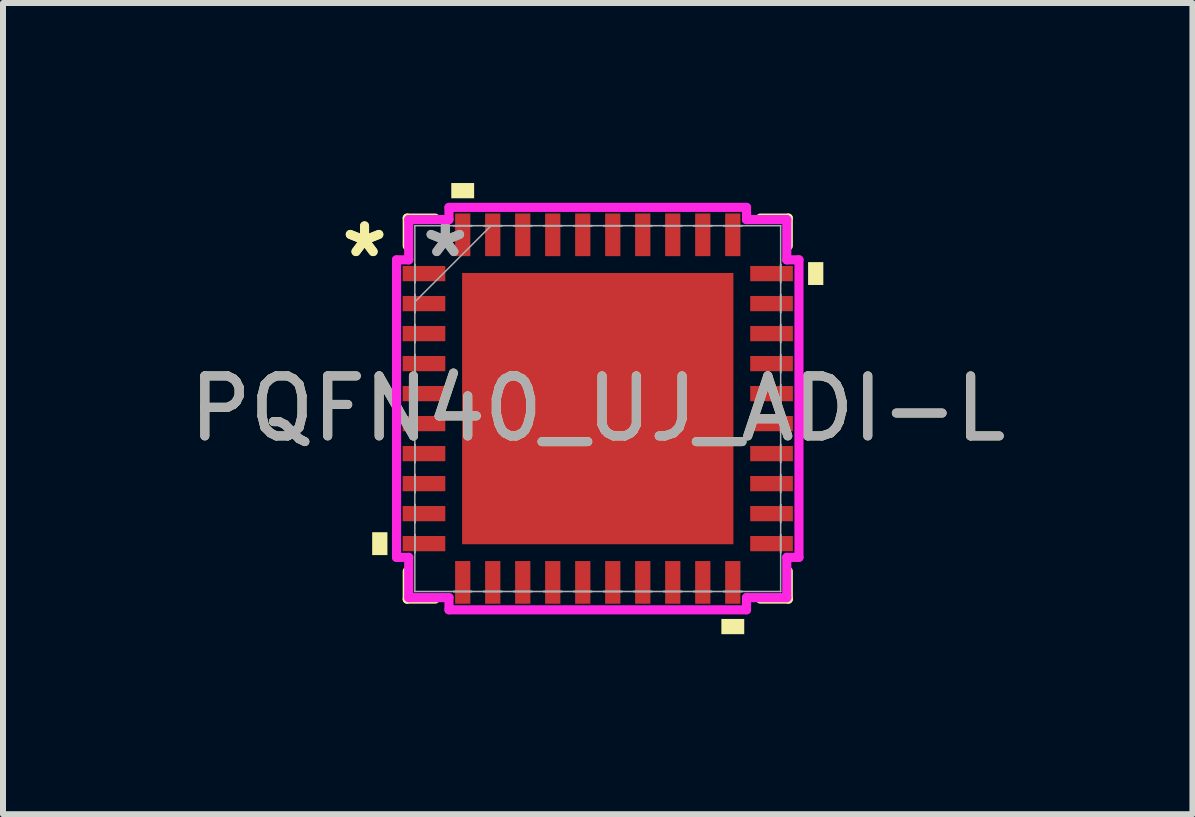
<source format=kicad_pcb>
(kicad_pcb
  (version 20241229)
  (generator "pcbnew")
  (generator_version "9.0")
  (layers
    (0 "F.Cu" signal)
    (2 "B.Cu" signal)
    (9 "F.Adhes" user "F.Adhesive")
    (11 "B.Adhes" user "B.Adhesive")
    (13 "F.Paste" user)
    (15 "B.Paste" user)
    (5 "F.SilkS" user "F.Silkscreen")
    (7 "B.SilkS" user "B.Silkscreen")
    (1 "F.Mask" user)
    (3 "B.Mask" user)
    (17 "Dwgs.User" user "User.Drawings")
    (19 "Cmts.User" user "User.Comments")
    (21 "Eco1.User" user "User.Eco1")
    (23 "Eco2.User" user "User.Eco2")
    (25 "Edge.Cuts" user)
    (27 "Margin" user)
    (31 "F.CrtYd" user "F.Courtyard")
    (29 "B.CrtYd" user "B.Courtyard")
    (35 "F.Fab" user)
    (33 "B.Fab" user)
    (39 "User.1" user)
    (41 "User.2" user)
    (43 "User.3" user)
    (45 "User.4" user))
  (footprint "PQFN40_UJ_ADI-L"
    (layer "F.Cu")
    (at 6.911 3.759)
    (property "Reference" "PQFN40_UJ_ADI-L" (at 0 0 0) (unlocked yes) (layer "F.SilkS") (effects (font (size 1 1) (thickness 0.15))))
    (attr smd)
    (fp_line (start -3.175 -3.175) (end -3.175 -2.71) (stroke (width 0.152) (type solid)) (layer "F.SilkS"))
    (fp_line (start -3.175 2.71) (end -3.175 3.175) (stroke (width 0.152) (type solid)) (layer "F.SilkS"))
    (fp_line (start -3.175 3.175) (end -2.71 3.175) (stroke (width 0.152) (type solid)) (layer "F.SilkS"))
    (fp_line (start -2.71 -3.175) (end -3.175 -3.175) (stroke (width 0.152) (type solid)) (layer "F.SilkS"))
    (fp_line (start 2.71 3.175) (end 3.175 3.175) (stroke (width 0.152) (type solid)) (layer "F.SilkS"))
    (fp_line (start 3.175 -3.175) (end 2.71 -3.175) (stroke (width 0.152) (type solid)) (layer "F.SilkS"))
    (fp_line (start 3.175 -2.71) (end 3.175 -3.175) (stroke (width 0.152) (type solid)) (layer "F.SilkS"))
    (fp_line (start 3.175 3.175) (end 3.175 2.71) (stroke (width 0.152) (type solid)) (layer "F.SilkS"))
    (fp_poly (pts (xy -3.759 2.06) (xy -3.759 2.441) (xy -3.505 2.441) (xy -3.505 2.06)) (stroke (width 0) (type solid)) (fill yes) (layer "F.SilkS"))
    (fp_poly (pts (xy -2.441 -3.505) (xy -2.441 -3.759) (xy -2.06 -3.759) (xy -2.06 -3.505)) (stroke (width 0) (type solid)) (fill yes) (layer "F.SilkS"))
    (fp_poly (pts (xy 2.06 3.505) (xy 2.06 3.759) (xy 2.441 3.759) (xy 2.441 3.505)) (stroke (width 0) (type solid)) (fill yes) (layer "F.SilkS"))
    (fp_poly (pts (xy 3.759 -2.441) (xy 3.759 -2.06) (xy 3.505 -2.06) (xy 3.505 -2.441)) (stroke (width 0) (type solid)) (fill yes) (layer "F.SilkS"))
    (fp_poly (pts (xy -2.161 -2.161) (xy -2.161 -0.854) (xy -0.854 -0.854) (xy -0.854 -2.161)) (stroke (width 0) (type solid)) (fill yes) (layer "F.Paste"))
    (fp_poly (pts (xy -2.161 -0.654) (xy -2.161 0.654) (xy -0.854 0.654) (xy -0.854 -0.654)) (stroke (width 0) (type solid)) (fill yes) (layer "F.Paste"))
    (fp_poly (pts (xy -2.161 0.854) (xy -2.161 2.161) (xy -0.854 2.161) (xy -0.854 0.854)) (stroke (width 0) (type solid)) (fill yes) (layer "F.Paste"))
    (fp_poly (pts (xy -0.654 -2.161) (xy -0.654 -0.854) (xy 0.654 -0.854) (xy 0.654 -2.161)) (stroke (width 0) (type solid)) (fill yes) (layer "F.Paste"))
    (fp_poly (pts (xy -0.654 -0.654) (xy -0.654 0.654) (xy 0.654 0.654) (xy 0.654 -0.654)) (stroke (width 0) (type solid)) (fill yes) (layer "F.Paste"))
    (fp_poly (pts (xy -0.654 0.854) (xy -0.654 2.161) (xy 0.654 2.161) (xy 0.654 0.854)) (stroke (width 0) (type solid)) (fill yes) (layer "F.Paste"))
    (fp_poly (pts (xy 0.854 -2.161) (xy 0.854 -0.854) (xy 2.161 -0.854) (xy 2.161 -2.161)) (stroke (width 0) (type solid)) (fill yes) (layer "F.Paste"))
    (fp_poly (pts (xy 0.854 -0.654) (xy 0.854 0.654) (xy 2.161 0.654) (xy 2.161 -0.654)) (stroke (width 0) (type solid)) (fill yes) (layer "F.Paste"))
    (fp_poly (pts (xy 0.854 0.854) (xy 0.854 2.161) (xy 2.161 2.161) (xy 2.161 0.854)) (stroke (width 0) (type solid)) (fill yes) (layer "F.Paste"))
    (fp_line (start -3.353 -2.479) (end -3.15 -2.479) (stroke (width 0.152) (type solid)) (layer "F.CrtYd"))
    (fp_line (start -3.353 2.479) (end -3.353 -2.479) (stroke (width 0.152) (type solid)) (layer "F.CrtYd"))
    (fp_line (start -3.15 -3.15) (end -2.479 -3.15) (stroke (width 0.152) (type solid)) (layer "F.CrtYd"))
    (fp_line (start -3.15 -2.479) (end -3.15 -3.15) (stroke (width 0.152) (type solid)) (layer "F.CrtYd"))
    (fp_line (start -3.15 2.479) (end -3.353 2.479) (stroke (width 0.152) (type solid)) (layer "F.CrtYd"))
    (fp_line (start -3.15 3.15) (end -3.15 2.479) (stroke (width 0.152) (type solid)) (layer "F.CrtYd"))
    (fp_line (start -2.479 -3.353) (end 2.479 -3.353) (stroke (width 0.152) (type solid)) (layer "F.CrtYd"))
    (fp_line (start -2.479 -3.15) (end -2.479 -3.353) (stroke (width 0.152) (type solid)) (layer "F.CrtYd"))
    (fp_line (start -2.479 3.15) (end -3.15 3.15) (stroke (width 0.152) (type solid)) (layer "F.CrtYd"))
    (fp_line (start -2.479 3.353) (end -2.479 3.15) (stroke (width 0.152) (type solid)) (layer "F.CrtYd"))
    (fp_line (start 2.479 -3.353) (end 2.479 -3.15) (stroke (width 0.152) (type solid)) (layer "F.CrtYd"))
    (fp_line (start 2.479 -3.15) (end 3.15 -3.15) (stroke (width 0.152) (type solid)) (layer "F.CrtYd"))
    (fp_line (start 2.479 3.15) (end 2.479 3.353) (stroke (width 0.152) (type solid)) (layer "F.CrtYd"))
    (fp_line (start 2.479 3.353) (end -2.479 3.353) (stroke (width 0.152) (type solid)) (layer "F.CrtYd"))
    (fp_line (start 3.15 -3.15) (end 3.15 -2.479) (stroke (width 0.152) (type solid)) (layer "F.CrtYd"))
    (fp_line (start 3.15 -2.479) (end 3.353 -2.479) (stroke (width 0.152) (type solid)) (layer "F.CrtYd"))
    (fp_line (start 3.15 2.479) (end 3.15 3.15) (stroke (width 0.152) (type solid)) (layer "F.CrtYd"))
    (fp_line (start 3.15 3.15) (end 2.479 3.15) (stroke (width 0.152) (type solid)) (layer "F.CrtYd"))
    (fp_line (start 3.353 -2.479) (end 3.353 2.479) (stroke (width 0.152) (type solid)) (layer "F.CrtYd"))
    (fp_line (start 3.353 2.479) (end 3.15 2.479) (stroke (width 0.152) (type solid)) (layer "F.CrtYd"))
    (fp_line (start -3.048 -3.048) (end -3.048 -3.048) (stroke (width 0.025) (type solid)) (layer "F.Fab"))
    (fp_line (start -3.048 -3.048) (end -3.048 3.048) (stroke (width 0.025) (type solid)) (layer "F.Fab"))
    (fp_line (start -3.048 -2.402) (end -3.048 -2.402) (stroke (width 0.025) (type solid)) (layer "F.Fab"))
    (fp_line (start -3.048 -2.402) (end -3.048 -2.098) (stroke (width 0.025) (type solid)) (layer "F.Fab"))
    (fp_line (start -3.048 -2.098) (end -3.048 -2.402) (stroke (width 0.025) (type solid)) (layer "F.Fab"))
    (fp_line (start -3.048 -2.098) (end -3.048 -2.098) (stroke (width 0.025) (type solid)) (layer "F.Fab"))
    (fp_line (start -3.048 -1.902) (end -3.048 -1.902) (stroke (width 0.025) (type solid)) (layer "F.Fab"))
    (fp_line (start -3.048 -1.902) (end -3.048 -1.598) (stroke (width 0.025) (type solid)) (layer "F.Fab"))
    (fp_line (start -3.048 -1.778) (end -1.778 -3.048) (stroke (width 0.025) (type solid)) (layer "F.Fab"))
    (fp_line (start -3.048 -1.598) (end -3.048 -1.902) (stroke (width 0.025) (type solid)) (layer "F.Fab"))
    (fp_line (start -3.048 -1.598) (end -3.048 -1.598) (stroke (width 0.025) (type solid)) (layer "F.Fab"))
    (fp_line (start -3.048 -1.402) (end -3.048 -1.402) (stroke (width 0.025) (type solid)) (layer "F.Fab"))
    (fp_line (start -3.048 -1.402) (end -3.048 -1.098) (stroke (width 0.025) (type solid)) (layer "F.Fab"))
    (fp_line (start -3.048 -1.098) (end -3.048 -1.402) (stroke (width 0.025) (type solid)) (layer "F.Fab"))
    (fp_line (start -3.048 -1.098) (end -3.048 -1.098) (stroke (width 0.025) (type solid)) (layer "F.Fab"))
    (fp_line (start -3.048 -0.902) (end -3.048 -0.902) (stroke (width 0.025) (type solid)) (layer "F.Fab"))
    (fp_line (start -3.048 -0.902) (end -3.048 -0.598) (stroke (width 0.025) (type solid)) (layer "F.Fab"))
    (fp_line (start -3.048 -0.598) (end -3.048 -0.902) (stroke (width 0.025) (type solid)) (layer "F.Fab"))
    (fp_line (start -3.048 -0.598) (end -3.048 -0.598) (stroke (width 0.025) (type solid)) (layer "F.Fab"))
    (fp_line (start -3.048 -0.402) (end -3.048 -0.402) (stroke (width 0.025) (type solid)) (layer "F.Fab"))
    (fp_line (start -3.048 -0.402) (end -3.048 -0.098) (stroke (width 0.025) (type solid)) (layer "F.Fab"))
    (fp_line (start -3.048 -0.098) (end -3.048 -0.402) (stroke (width 0.025) (type solid)) (layer "F.Fab"))
    (fp_line (start -3.048 -0.098) (end -3.048 -0.098) (stroke (width 0.025) (type solid)) (layer "F.Fab"))
    (fp_line (start -3.048 0.098) (end -3.048 0.098) (stroke (width 0.025) (type solid)) (layer "F.Fab"))
    (fp_line (start -3.048 0.098) (end -3.048 0.402) (stroke (width 0.025) (type solid)) (layer "F.Fab"))
    (fp_line (start -3.048 0.402) (end -3.048 0.098) (stroke (width 0.025) (type solid)) (layer "F.Fab"))
    (fp_line (start -3.048 0.402) (end -3.048 0.402) (stroke (width 0.025) (type solid)) (layer "F.Fab"))
    (fp_line (start -3.048 0.598) (end -3.048 0.598) (stroke (width 0.025) (type solid)) (layer "F.Fab"))
    (fp_line (start -3.048 0.598) (end -3.048 0.902) (stroke (width 0.025) (type solid)) (layer "F.Fab"))
    (fp_line (start -3.048 0.902) (end -3.048 0.598) (stroke (width 0.025) (type solid)) (layer "F.Fab"))
    (fp_line (start -3.048 0.902) (end -3.048 0.902) (stroke (width 0.025) (type solid)) (layer "F.Fab"))
    (fp_line (start -3.048 1.098) (end -3.048 1.098) (stroke (width 0.025) (type solid)) (layer "F.Fab"))
    (fp_line (start -3.048 1.098) (end -3.048 1.402) (stroke (width 0.025) (type solid)) (layer "F.Fab"))
    (fp_line (start -3.048 1.402) (end -3.048 1.098) (stroke (width 0.025) (type solid)) (layer "F.Fab"))
    (fp_line (start -3.048 1.402) (end -3.048 1.402) (stroke (width 0.025) (type solid)) (layer "F.Fab"))
    (fp_line (start -3.048 1.598) (end -3.048 1.598) (stroke (width 0.025) (type solid)) (layer "F.Fab"))
    (fp_line (start -3.048 1.598) (end -3.048 1.902) (stroke (width 0.025) (type solid)) (layer "F.Fab"))
    (fp_line (start -3.048 1.902) (end -3.048 1.598) (stroke (width 0.025) (type solid)) (layer "F.Fab"))
    (fp_line (start -3.048 1.902) (end -3.048 1.902) (stroke (width 0.025) (type solid)) (layer "F.Fab"))
    (fp_line (start -3.048 2.098) (end -3.048 2.098) (stroke (width 0.025) (type solid)) (layer "F.Fab"))
    (fp_line (start -3.048 2.098) (end -3.048 2.402) (stroke (width 0.025) (type solid)) (layer "F.Fab"))
    (fp_line (start -3.048 2.402) (end -3.048 2.098) (stroke (width 0.025) (type solid)) (layer "F.Fab"))
    (fp_line (start -3.048 2.402) (end -3.048 2.402) (stroke (width 0.025) (type solid)) (layer "F.Fab"))
    (fp_line (start -3.048 3.048) (end -3.048 3.048) (stroke (width 0.025) (type solid)) (layer "F.Fab"))
    (fp_line (start -3.048 3.048) (end 3.048 3.048) (stroke (width 0.025) (type solid)) (layer "F.Fab"))
    (fp_line (start -2.402 -3.048) (end -2.402 -3.048) (stroke (width 0.025) (type solid)) (layer "F.Fab"))
    (fp_line (start -2.402 -3.048) (end -2.098 -3.048) (stroke (width 0.025) (type solid)) (layer "F.Fab"))
    (fp_line (start -2.402 3.048) (end -2.402 3.048) (stroke (width 0.025) (type solid)) (layer "F.Fab"))
    (fp_line (start -2.402 3.048) (end -2.098 3.048) (stroke (width 0.025) (type solid)) (layer "F.Fab"))
    (fp_line (start -2.098 -3.048) (end -2.402 -3.048) (stroke (width 0.025) (type solid)) (layer "F.Fab"))
    (fp_line (start -2.098 -3.048) (end -2.098 -3.048) (stroke (width 0.025) (type solid)) (layer "F.Fab"))
    (fp_line (start -2.098 3.048) (end -2.402 3.048) (stroke (width 0.025) (type solid)) (layer "F.Fab"))
    (fp_line (start -2.098 3.048) (end -2.098 3.048) (stroke (width 0.025) (type solid)) (layer "F.Fab"))
    (fp_line (start -1.902 -3.048) (end -1.902 -3.048) (stroke (width 0.025) (type solid)) (layer "F.Fab"))
    (fp_line (start -1.902 -3.048) (end -1.598 -3.048) (stroke (width 0.025) (type solid)) (layer "F.Fab"))
    (fp_line (start -1.902 3.048) (end -1.902 3.048) (stroke (width 0.025) (type solid)) (layer "F.Fab"))
    (fp_line (start -1.902 3.048) (end -1.598 3.048) (stroke (width 0.025) (type solid)) (layer "F.Fab"))
    (fp_line (start -1.598 -3.048) (end -1.902 -3.048) (stroke (width 0.025) (type solid)) (layer "F.Fab"))
    (fp_line (start -1.598 -3.048) (end -1.598 -3.048) (stroke (width 0.025) (type solid)) (layer "F.Fab"))
    (fp_line (start -1.598 3.048) (end -1.902 3.048) (stroke (width 0.025) (type solid)) (layer "F.Fab"))
    (fp_line (start -1.598 3.048) (end -1.598 3.048) (stroke (width 0.025) (type solid)) (layer "F.Fab"))
    (fp_line (start -1.402 -3.048) (end -1.402 -3.048) (stroke (width 0.025) (type solid)) (layer "F.Fab"))
    (fp_line (start -1.402 -3.048) (end -1.098 -3.048) (stroke (width 0.025) (type solid)) (layer "F.Fab"))
    (fp_line (start -1.402 3.048) (end -1.402 3.048) (stroke (width 0.025) (type solid)) (layer "F.Fab"))
    (fp_line (start -1.402 3.048) (end -1.098 3.048) (stroke (width 0.025) (type solid)) (layer "F.Fab"))
    (fp_line (start -1.098 -3.048) (end -1.402 -3.048) (stroke (width 0.025) (type solid)) (layer "F.Fab"))
    (fp_line (start -1.098 -3.048) (end -1.098 -3.048) (stroke (width 0.025) (type solid)) (layer "F.Fab"))
    (fp_line (start -1.098 3.048) (end -1.402 3.048) (stroke (width 0.025) (type solid)) (layer "F.Fab"))
    (fp_line (start -1.098 3.048) (end -1.098 3.048) (stroke (width 0.025) (type solid)) (layer "F.Fab"))
    (fp_line (start -0.902 -3.048) (end -0.902 -3.048) (stroke (width 0.025) (type solid)) (layer "F.Fab"))
    (fp_line (start -0.902 -3.048) (end -0.598 -3.048) (stroke (width 0.025) (type solid)) (layer "F.Fab"))
    (fp_line (start -0.902 3.048) (end -0.902 3.048) (stroke (width 0.025) (type solid)) (layer "F.Fab"))
    (fp_line (start -0.902 3.048) (end -0.598 3.048) (stroke (width 0.025) (type solid)) (layer "F.Fab"))
    (fp_line (start -0.598 -3.048) (end -0.902 -3.048) (stroke (width 0.025) (type solid)) (layer "F.Fab"))
    (fp_line (start -0.598 -3.048) (end -0.598 -3.048) (stroke (width 0.025) (type solid)) (layer "F.Fab"))
    (fp_line (start -0.598 3.048) (end -0.902 3.048) (stroke (width 0.025) (type solid)) (layer "F.Fab"))
    (fp_line (start -0.598 3.048) (end -0.598 3.048) (stroke (width 0.025) (type solid)) (layer "F.Fab"))
    (fp_line (start -0.402 -3.048) (end -0.402 -3.048) (stroke (width 0.025) (type solid)) (layer "F.Fab"))
    (fp_line (start -0.402 -3.048) (end -0.098 -3.048) (stroke (width 0.025) (type solid)) (layer "F.Fab"))
    (fp_line (start -0.402 3.048) (end -0.402 3.048) (stroke (width 0.025) (type solid)) (layer "F.Fab"))
    (fp_line (start -0.402 3.048) (end -0.098 3.048) (stroke (width 0.025) (type solid)) (layer "F.Fab"))
    (fp_line (start -0.098 -3.048) (end -0.402 -3.048) (stroke (width 0.025) (type solid)) (layer "F.Fab"))
    (fp_line (start -0.098 -3.048) (end -0.098 -3.048) (stroke (width 0.025) (type solid)) (layer "F.Fab"))
    (fp_line (start -0.098 3.048) (end -0.402 3.048) (stroke (width 0.025) (type solid)) (layer "F.Fab"))
    (fp_line (start -0.098 3.048) (end -0.098 3.048) (stroke (width 0.025) (type solid)) (layer "F.Fab"))
    (fp_line (start 0.098 -3.048) (end 0.098 -3.048) (stroke (width 0.025) (type solid)) (layer "F.Fab"))
    (fp_line (start 0.098 -3.048) (end 0.402 -3.048) (stroke (width 0.025) (type solid)) (layer "F.Fab"))
    (fp_line (start 0.098 3.048) (end 0.098 3.048) (stroke (width 0.025) (type solid)) (layer "F.Fab"))
    (fp_line (start 0.098 3.048) (end 0.402 3.048) (stroke (width 0.025) (type solid)) (layer "F.Fab"))
    (fp_line (start 0.402 -3.048) (end 0.098 -3.048) (stroke (width 0.025) (type solid)) (layer "F.Fab"))
    (fp_line (start 0.402 -3.048) (end 0.402 -3.048) (stroke (width 0.025) (type solid)) (layer "F.Fab"))
    (fp_line (start 0.402 3.048) (end 0.098 3.048) (stroke (width 0.025) (type solid)) (layer "F.Fab"))
    (fp_line (start 0.402 3.048) (end 0.402 3.048) (stroke (width 0.025) (type solid)) (layer "F.Fab"))
    (fp_line (start 0.598 -3.048) (end 0.598 -3.048) (stroke (width 0.025) (type solid)) (layer "F.Fab"))
    (fp_line (start 0.598 -3.048) (end 0.902 -3.048) (stroke (width 0.025) (type solid)) (layer "F.Fab"))
    (fp_line (start 0.598 3.048) (end 0.598 3.048) (stroke (width 0.025) (type solid)) (layer "F.Fab"))
    (fp_line (start 0.598 3.048) (end 0.902 3.048) (stroke (width 0.025) (type solid)) (layer "F.Fab"))
    (fp_line (start 0.902 -3.048) (end 0.598 -3.048) (stroke (width 0.025) (type solid)) (layer "F.Fab"))
    (fp_line (start 0.902 -3.048) (end 0.902 -3.048) (stroke (width 0.025) (type solid)) (layer "F.Fab"))
    (fp_line (start 0.902 3.048) (end 0.598 3.048) (stroke (width 0.025) (type solid)) (layer "F.Fab"))
    (fp_line (start 0.902 3.048) (end 0.902 3.048) (stroke (width 0.025) (type solid)) (layer "F.Fab"))
    (fp_line (start 1.098 -3.048) (end 1.098 -3.048) (stroke (width 0.025) (type solid)) (layer "F.Fab"))
    (fp_line (start 1.098 -3.048) (end 1.402 -3.048) (stroke (width 0.025) (type solid)) (layer "F.Fab"))
    (fp_line (start 1.098 3.048) (end 1.098 3.048) (stroke (width 0.025) (type solid)) (layer "F.Fab"))
    (fp_line (start 1.098 3.048) (end 1.402 3.048) (stroke (width 0.025) (type solid)) (layer "F.Fab"))
    (fp_line (start 1.402 -3.048) (end 1.098 -3.048) (stroke (width 0.025) (type solid)) (layer "F.Fab"))
    (fp_line (start 1.402 -3.048) (end 1.402 -3.048) (stroke (width 0.025) (type solid)) (layer "F.Fab"))
    (fp_line (start 1.402 3.048) (end 1.098 3.048) (stroke (width 0.025) (type solid)) (layer "F.Fab"))
    (fp_line (start 1.402 3.048) (end 1.402 3.048) (stroke (width 0.025) (type solid)) (layer "F.Fab"))
    (fp_line (start 1.598 -3.048) (end 1.598 -3.048) (stroke (width 0.025) (type solid)) (layer "F.Fab"))
    (fp_line (start 1.598 -3.048) (end 1.902 -3.048) (stroke (width 0.025) (type solid)) (layer "F.Fab"))
    (fp_line (start 1.598 3.048) (end 1.598 3.048) (stroke (width 0.025) (type solid)) (layer "F.Fab"))
    (fp_line (start 1.598 3.048) (end 1.902 3.048) (stroke (width 0.025) (type solid)) (layer "F.Fab"))
    (fp_line (start 1.902 -3.048) (end 1.598 -3.048) (stroke (width 0.025) (type solid)) (layer "F.Fab"))
    (fp_line (start 1.902 -3.048) (end 1.902 -3.048) (stroke (width 0.025) (type solid)) (layer "F.Fab"))
    (fp_line (start 1.902 3.048) (end 1.598 3.048) (stroke (width 0.025) (type solid)) (layer "F.Fab"))
    (fp_line (start 1.902 3.048) (end 1.902 3.048) (stroke (width 0.025) (type solid)) (layer "F.Fab"))
    (fp_line (start 2.098 -3.048) (end 2.098 -3.048) (stroke (width 0.025) (type solid)) (layer "F.Fab"))
    (fp_line (start 2.098 -3.048) (end 2.402 -3.048) (stroke (width 0.025) (type solid)) (layer "F.Fab"))
    (fp_line (start 2.098 3.048) (end 2.098 3.048) (stroke (width 0.025) (type solid)) (layer "F.Fab"))
    (fp_line (start 2.098 3.048) (end 2.402 3.048) (stroke (width 0.025) (type solid)) (layer "F.Fab"))
    (fp_line (start 2.402 -3.048) (end 2.098 -3.048) (stroke (width 0.025) (type solid)) (layer "F.Fab"))
    (fp_line (start 2.402 -3.048) (end 2.402 -3.048) (stroke (width 0.025) (type solid)) (layer "F.Fab"))
    (fp_line (start 2.402 3.048) (end 2.098 3.048) (stroke (width 0.025) (type solid)) (layer "F.Fab"))
    (fp_line (start 2.402 3.048) (end 2.402 3.048) (stroke (width 0.025) (type solid)) (layer "F.Fab"))
    (fp_line (start 3.048 -3.048) (end -3.048 -3.048) (stroke (width 0.025) (type solid)) (layer "F.Fab"))
    (fp_line (start 3.048 -3.048) (end 3.048 -3.048) (stroke (width 0.025) (type solid)) (layer "F.Fab"))
    (fp_line (start 3.048 -2.402) (end 3.048 -2.402) (stroke (width 0.025) (type solid)) (layer "F.Fab"))
    (fp_line (start 3.048 -2.402) (end 3.048 -2.098) (stroke (width 0.025) (type solid)) (layer "F.Fab"))
    (fp_line (start 3.048 -2.098) (end 3.048 -2.402) (stroke (width 0.025) (type solid)) (layer "F.Fab"))
    (fp_line (start 3.048 -2.098) (end 3.048 -2.098) (stroke (width 0.025) (type solid)) (layer "F.Fab"))
    (fp_line (start 3.048 -1.902) (end 3.048 -1.902) (stroke (width 0.025) (type solid)) (layer "F.Fab"))
    (fp_line (start 3.048 -1.902) (end 3.048 -1.598) (stroke (width 0.025) (type solid)) (layer "F.Fab"))
    (fp_line (start 3.048 -1.598) (end 3.048 -1.902) (stroke (width 0.025) (type solid)) (layer "F.Fab"))
    (fp_line (start 3.048 -1.598) (end 3.048 -1.598) (stroke (width 0.025) (type solid)) (layer "F.Fab"))
    (fp_line (start 3.048 -1.402) (end 3.048 -1.402) (stroke (width 0.025) (type solid)) (layer "F.Fab"))
    (fp_line (start 3.048 -1.402) (end 3.048 -1.098) (stroke (width 0.025) (type solid)) (layer "F.Fab"))
    (fp_line (start 3.048 -1.098) (end 3.048 -1.402) (stroke (width 0.025) (type solid)) (layer "F.Fab"))
    (fp_line (start 3.048 -1.098) (end 3.048 -1.098) (stroke (width 0.025) (type solid)) (layer "F.Fab"))
    (fp_line (start 3.048 -0.902) (end 3.048 -0.902) (stroke (width 0.025) (type solid)) (layer "F.Fab"))
    (fp_line (start 3.048 -0.902) (end 3.048 -0.598) (stroke (width 0.025) (type solid)) (layer "F.Fab"))
    (fp_line (start 3.048 -0.598) (end 3.048 -0.902) (stroke (width 0.025) (type solid)) (layer "F.Fab"))
    (fp_line (start 3.048 -0.598) (end 3.048 -0.598) (stroke (width 0.025) (type solid)) (layer "F.Fab"))
    (fp_line (start 3.048 -0.402) (end 3.048 -0.402) (stroke (width 0.025) (type solid)) (layer "F.Fab"))
    (fp_line (start 3.048 -0.402) (end 3.048 -0.098) (stroke (width 0.025) (type solid)) (layer "F.Fab"))
    (fp_line (start 3.048 -0.098) (end 3.048 -0.402) (stroke (width 0.025) (type solid)) (layer "F.Fab"))
    (fp_line (start 3.048 -0.098) (end 3.048 -0.098) (stroke (width 0.025) (type solid)) (layer "F.Fab"))
    (fp_line (start 3.048 0.098) (end 3.048 0.098) (stroke (width 0.025) (type solid)) (layer "F.Fab"))
    (fp_line (start 3.048 0.098) (end 3.048 0.402) (stroke (width 0.025) (type solid)) (layer "F.Fab"))
    (fp_line (start 3.048 0.402) (end 3.048 0.098) (stroke (width 0.025) (type solid)) (layer "F.Fab"))
    (fp_line (start 3.048 0.402) (end 3.048 0.402) (stroke (width 0.025) (type solid)) (layer "F.Fab"))
    (fp_line (start 3.048 0.598) (end 3.048 0.598) (stroke (width 0.025) (type solid)) (layer "F.Fab"))
    (fp_line (start 3.048 0.598) (end 3.048 0.902) (stroke (width 0.025) (type solid)) (layer "F.Fab"))
    (fp_line (start 3.048 0.902) (end 3.048 0.598) (stroke (width 0.025) (type solid)) (layer "F.Fab"))
    (fp_line (start 3.048 0.902) (end 3.048 0.902) (stroke (width 0.025) (type solid)) (layer "F.Fab"))
    (fp_line (start 3.048 1.098) (end 3.048 1.098) (stroke (width 0.025) (type solid)) (layer "F.Fab"))
    (fp_line (start 3.048 1.098) (end 3.048 1.402) (stroke (width 0.025) (type solid)) (layer "F.Fab"))
    (fp_line (start 3.048 1.402) (end 3.048 1.098) (stroke (width 0.025) (type solid)) (layer "F.Fab"))
    (fp_line (start 3.048 1.402) (end 3.048 1.402) (stroke (width 0.025) (type solid)) (layer "F.Fab"))
    (fp_line (start 3.048 1.598) (end 3.048 1.598) (stroke (width 0.025) (type solid)) (layer "F.Fab"))
    (fp_line (start 3.048 1.598) (end 3.048 1.902) (stroke (width 0.025) (type solid)) (layer "F.Fab"))
    (fp_line (start 3.048 1.902) (end 3.048 1.598) (stroke (width 0.025) (type solid)) (layer "F.Fab"))
    (fp_line (start 3.048 1.902) (end 3.048 1.902) (stroke (width 0.025) (type solid)) (layer "F.Fab"))
    (fp_line (start 3.048 2.098) (end 3.048 2.098) (stroke (width 0.025) (type solid)) (layer "F.Fab"))
    (fp_line (start 3.048 2.098) (end 3.048 2.402) (stroke (width 0.025) (type solid)) (layer "F.Fab"))
    (fp_line (start 3.048 2.402) (end 3.048 2.098) (stroke (width 0.025) (type solid)) (layer "F.Fab"))
    (fp_line (start 3.048 2.402) (end 3.048 2.402) (stroke (width 0.025) (type solid)) (layer "F.Fab"))
    (fp_line (start 3.048 3.048) (end 3.048 -3.048) (stroke (width 0.025) (type solid)) (layer "F.Fab"))
    (fp_line (start 3.048 3.048) (end 3.048 3.048) (stroke (width 0.025) (type solid)) (layer "F.Fab"))
    (fp_text user "*" (at -3.886 -2.5 0) (layer "F.SilkS") (effects (font (size 1 1) (thickness 0.15))))
    (fp_text user "*" (at -3.886 -2.5 0) (unlocked yes) (layer "F.SilkS") (effects (font (size 1 1) (thickness 0.15))))
    (fp_text user "*" (at -2.54 -2.5 0) (layer "F.Fab") (effects (font (size 1 1) (thickness 0.15))))
    (fp_text user "${REFERENCE}" (at 0 0 0) (unlocked yes) (layer "F.Fab") (effects (font (size 1 1) (thickness 0.15))))
    (fp_text user "*" (at -2.54 -2.5 0) (unlocked yes) (layer "F.Fab") (effects (font (size 1 1) (thickness 0.15))))
    (pad "1" smd rect (at -2.896 -2.25 90) (size 0.254 0.711) (layers "F.Cu" "F.Mask" "F.Paste"))
    (pad "2" smd rect (at -2.896 -1.75 90) (size 0.254 0.711) (layers "F.Cu" "F.Mask" "F.Paste"))
    (pad "3" smd rect (at -2.896 -1.25 90) (size 0.254 0.711) (layers "F.Cu" "F.Mask" "F.Paste"))
    (pad "4" smd rect (at -2.896 -0.75 90) (size 0.254 0.711) (layers "F.Cu" "F.Mask" "F.Paste"))
    (pad "5" smd rect (at -2.896 -0.25 90) (size 0.254 0.711) (layers "F.Cu" "F.Mask" "F.Paste"))
    (pad "6" smd rect (at -2.896 0.25 90) (size 0.254 0.711) (layers "F.Cu" "F.Mask" "F.Paste"))
    (pad "7" smd rect (at -2.896 0.75 90) (size 0.254 0.711) (layers "F.Cu" "F.Mask" "F.Paste"))
    (pad "8" smd rect (at -2.896 1.25 90) (size 0.254 0.711) (layers "F.Cu" "F.Mask" "F.Paste"))
    (pad "9" smd rect (at -2.896 1.75 90) (size 0.254 0.711) (layers "F.Cu" "F.Mask" "F.Paste"))
    (pad "10" smd rect (at -2.896 2.25 90) (size 0.254 0.711) (layers "F.Cu" "F.Mask" "F.Paste"))
    (pad "11" smd rect (at -2.25 2.896) (size 0.254 0.711) (layers "F.Cu" "F.Mask" "F.Paste"))
    (pad "12" smd rect (at -1.75 2.896) (size 0.254 0.711) (layers "F.Cu" "F.Mask" "F.Paste"))
    (pad "13" smd rect (at -1.25 2.896) (size 0.254 0.711) (layers "F.Cu" "F.Mask" "F.Paste"))
    (pad "14" smd rect (at -0.75 2.896) (size 0.254 0.711) (layers "F.Cu" "F.Mask" "F.Paste"))
    (pad "15" smd rect (at -0.25 2.896) (size 0.254 0.711) (layers "F.Cu" "F.Mask" "F.Paste"))
    (pad "16" smd rect (at 0.25 2.896) (size 0.254 0.711) (layers "F.Cu" "F.Mask" "F.Paste"))
    (pad "17" smd rect (at 0.75 2.896) (size 0.254 0.711) (layers "F.Cu" "F.Mask" "F.Paste"))
    (pad "18" smd rect (at 1.25 2.896) (size 0.254 0.711) (layers "F.Cu" "F.Mask" "F.Paste"))
    (pad "19" smd rect (at 1.75 2.896) (size 0.254 0.711) (layers "F.Cu" "F.Mask" "F.Paste"))
    (pad "20" smd rect (at 2.25 2.896) (size 0.254 0.711) (layers "F.Cu" "F.Mask" "F.Paste"))
    (pad "21" smd rect (at 2.896 2.25 90) (size 0.254 0.711) (layers "F.Cu" "F.Mask" "F.Paste"))
    (pad "22" smd rect (at 2.896 1.75 90) (size 0.254 0.711) (layers "F.Cu" "F.Mask" "F.Paste"))
    (pad "23" smd rect (at 2.896 1.25 90) (size 0.254 0.711) (layers "F.Cu" "F.Mask" "F.Paste"))
    (pad "24" smd rect (at 2.896 0.75 90) (size 0.254 0.711) (layers "F.Cu" "F.Mask" "F.Paste"))
    (pad "25" smd rect (at 2.896 0.25 90) (size 0.254 0.711) (layers "F.Cu" "F.Mask" "F.Paste"))
    (pad "26" smd rect (at 2.896 -0.25 90) (size 0.254 0.711) (layers "F.Cu" "F.Mask" "F.Paste"))
    (pad "27" smd rect (at 2.896 -0.75 90) (size 0.254 0.711) (layers "F.Cu" "F.Mask" "F.Paste"))
    (pad "28" smd rect (at 2.896 -1.25 90) (size 0.254 0.711) (layers "F.Cu" "F.Mask" "F.Paste"))
    (pad "29" smd rect (at 2.896 -1.75 90) (size 0.254 0.711) (layers "F.Cu" "F.Mask" "F.Paste"))
    (pad "30" smd rect (at 2.896 -2.25 90) (size 0.254 0.711) (layers "F.Cu" "F.Mask" "F.Paste"))
    (pad "31" smd rect (at 2.25 -2.896) (size 0.254 0.711) (layers "F.Cu" "F.Mask" "F.Paste"))
    (pad "32" smd rect (at 1.75 -2.896) (size 0.254 0.711) (layers "F.Cu" "F.Mask" "F.Paste"))
    (pad "33" smd rect (at 1.25 -2.896) (size 0.254 0.711) (layers "F.Cu" "F.Mask" "F.Paste"))
    (pad "34" smd rect (at 0.75 -2.896) (size 0.254 0.711) (layers "F.Cu" "F.Mask" "F.Paste"))
    (pad "35" smd rect (at 0.25 -2.896) (size 0.254 0.711) (layers "F.Cu" "F.Mask" "F.Paste"))
    (pad "36" smd rect (at -0.25 -2.896) (size 0.254 0.711) (layers "F.Cu" "F.Mask" "F.Paste"))
    (pad "37" smd rect (at -0.75 -2.896) (size 0.254 0.711) (layers "F.Cu" "F.Mask" "F.Paste"))
    (pad "38" smd rect (at -1.25 -2.896) (size 0.254 0.711) (layers "F.Cu" "F.Mask" "F.Paste"))
    (pad "39" smd rect (at -1.75 -2.896) (size 0.254 0.711) (layers "F.Cu" "F.Mask" "F.Paste"))
    (pad "40" smd rect (at -2.25 -2.896) (size 0.254 0.711) (layers "F.Cu" "F.Mask" "F.Paste"))
    (pad "41" smd rect (at 0 0) (size 4.521 4.521) (layers "F.Cu" "F.Mask")))
  (gr_rect
    (start -3 -3)
    (end 16.821 10.518)
    (stroke (width 0.1) (type default))
    (fill no)
    (layer "Edge.Cuts")))
</source>
